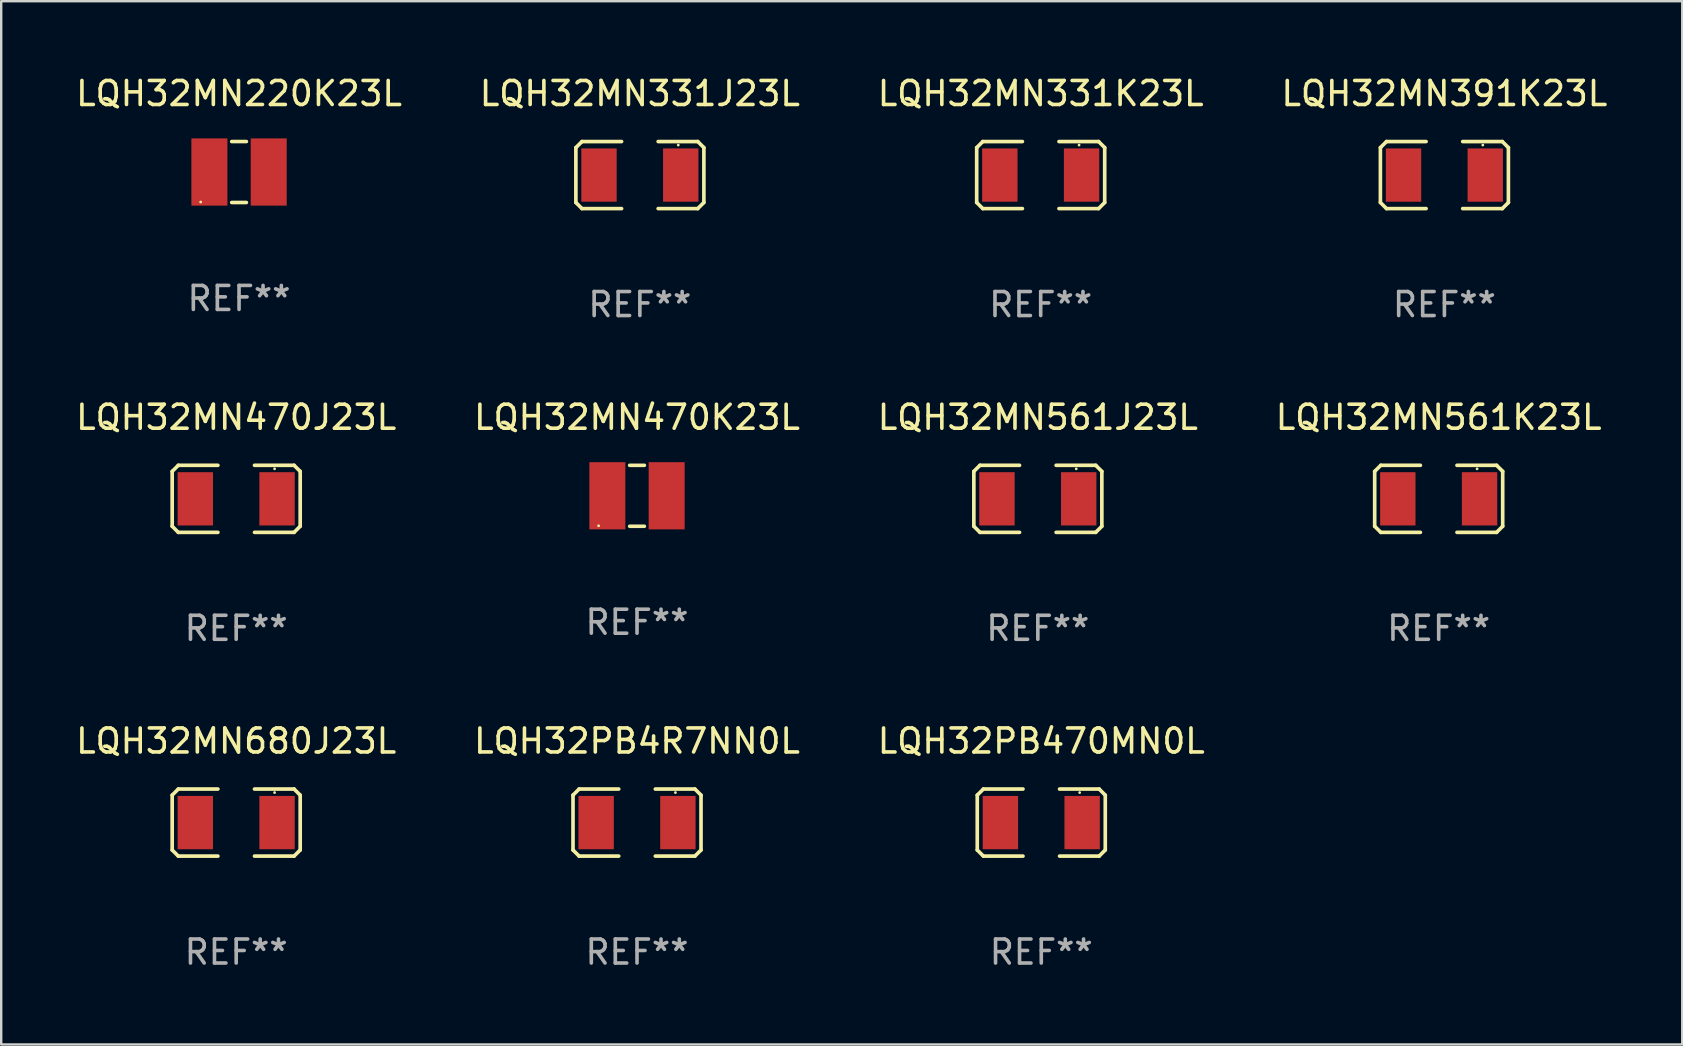
<source format=kicad_pcb>
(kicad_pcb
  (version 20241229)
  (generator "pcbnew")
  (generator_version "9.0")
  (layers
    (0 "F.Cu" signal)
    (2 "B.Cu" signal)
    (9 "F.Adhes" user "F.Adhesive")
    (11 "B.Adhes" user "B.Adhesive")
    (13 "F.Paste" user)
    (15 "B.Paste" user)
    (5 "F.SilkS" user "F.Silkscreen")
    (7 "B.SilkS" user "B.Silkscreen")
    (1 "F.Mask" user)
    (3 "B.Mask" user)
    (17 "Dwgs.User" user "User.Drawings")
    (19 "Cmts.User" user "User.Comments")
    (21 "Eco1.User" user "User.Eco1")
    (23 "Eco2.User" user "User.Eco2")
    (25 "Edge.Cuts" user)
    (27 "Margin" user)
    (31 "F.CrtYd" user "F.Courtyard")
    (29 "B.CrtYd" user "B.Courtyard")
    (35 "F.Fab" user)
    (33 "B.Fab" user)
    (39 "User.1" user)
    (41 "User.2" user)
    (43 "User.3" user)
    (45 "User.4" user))
  (footprint "LQH32MN391K23L"
    (layer "F.Cu")
    (at 57.137 4.245)
    (property "Reference" "LQH32MN391K23L" (at 0 -3.397 0) (layer "F.SilkS") (effects (font (size 1 1) (thickness 0.15))))
    (attr through_hole)
    (fp_line (start -2.667 -1.143) (end -2.413 -1.397) (stroke (width 0.152) (type solid)) (layer "F.SilkS"))
    (fp_line (start -2.667 1.143) (end -2.667 -1.143) (stroke (width 0.152) (type solid)) (layer "F.SilkS"))
    (fp_line (start -2.413 -1.397) (end -0.762 -1.397) (stroke (width 0.152) (type solid)) (layer "F.SilkS"))
    (fp_line (start -2.413 1.397) (end -2.667 1.143) (stroke (width 0.152) (type solid)) (layer "F.SilkS"))
    (fp_line (start -0.762 1.397) (end -2.413 1.397) (stroke (width 0.152) (type solid)) (layer "F.SilkS"))
    (fp_line (start 0.762 -1.397) (end 2.413 -1.397) (stroke (width 0.152) (type solid)) (layer "F.SilkS"))
    (fp_line (start 2.413 -1.397) (end 2.667 -1.143) (stroke (width 0.152) (type solid)) (layer "F.SilkS"))
    (fp_line (start 2.413 1.397) (end 0.762 1.397) (stroke (width 0.152) (type solid)) (layer "F.SilkS"))
    (fp_line (start 2.667 -1.143) (end 2.667 1.143) (stroke (width 0.152) (type solid)) (layer "F.SilkS"))
    (fp_line (start 2.667 1.143) (end 2.413 1.397) (stroke (width 0.152) (type solid)) (layer "F.SilkS"))
    (fp_circle (center 1.6 -1.25) (end 1.63 -1.25) (stroke (width 0.06) (type solid)) (fill no) (layer "F.SilkS"))
    (fp_text user "REF**" (at 0 5.397 0) (layer "F.Fab") (effects (font (size 1 1) (thickness 0.15))))
    (pad "1" smd rect (at 1.703 0) (size 1.474 2.22) (layers "F.Cu" "F.Mask" "F.Paste"))
    (pad "2" smd rect (at -1.703 0) (size 1.474 2.22) (layers "F.Cu" "F.Mask" "F.Paste")))
  (footprint "LQH32MN561J23L"
    (layer "F.Cu")
    (at 40.196 17.736)
    (property "Reference" "LQH32MN561J23L" (at 0 -3.397 0) (layer "F.SilkS") (effects (font (size 1 1) (thickness 0.15))))
    (attr through_hole)
    (fp_line (start -2.667 -1.143) (end -2.413 -1.397) (stroke (width 0.152) (type solid)) (layer "F.SilkS"))
    (fp_line (start -2.667 1.143) (end -2.667 -1.143) (stroke (width 0.152) (type solid)) (layer "F.SilkS"))
    (fp_line (start -2.413 -1.397) (end -0.762 -1.397) (stroke (width 0.152) (type solid)) (layer "F.SilkS"))
    (fp_line (start -2.413 1.397) (end -2.667 1.143) (stroke (width 0.152) (type solid)) (layer "F.SilkS"))
    (fp_line (start -0.762 1.397) (end -2.413 1.397) (stroke (width 0.152) (type solid)) (layer "F.SilkS"))
    (fp_line (start 0.762 -1.397) (end 2.413 -1.397) (stroke (width 0.152) (type solid)) (layer "F.SilkS"))
    (fp_line (start 2.413 -1.397) (end 2.667 -1.143) (stroke (width 0.152) (type solid)) (layer "F.SilkS"))
    (fp_line (start 2.413 1.397) (end 0.762 1.397) (stroke (width 0.152) (type solid)) (layer "F.SilkS"))
    (fp_line (start 2.667 -1.143) (end 2.667 1.143) (stroke (width 0.152) (type solid)) (layer "F.SilkS"))
    (fp_line (start 2.667 1.143) (end 2.413 1.397) (stroke (width 0.152) (type solid)) (layer "F.SilkS"))
    (fp_circle (center 1.6 -1.25) (end 1.63 -1.25) (stroke (width 0.06) (type solid)) (fill no) (layer "F.SilkS"))
    (fp_text user "REF**" (at 0 5.397 0) (layer "F.Fab") (effects (font (size 1 1) (thickness 0.15))))
    (pad "1" smd rect (at 1.703 0) (size 1.474 2.22) (layers "F.Cu" "F.Mask" "F.Paste"))
    (pad "2" smd rect (at -1.703 0) (size 1.474 2.22) (layers "F.Cu" "F.Mask" "F.Paste")))
  (footprint "LQH32MN331J23L"
    (layer "F.Cu")
    (at 23.613 4.245)
    (property "Reference" "LQH32MN331J23L" (at 0 -3.397 0) (layer "F.SilkS") (effects (font (size 1 1) (thickness 0.15))))
    (attr through_hole)
    (fp_line (start -2.667 -1.143) (end -2.413 -1.397) (stroke (width 0.152) (type solid)) (layer "F.SilkS"))
    (fp_line (start -2.667 1.143) (end -2.667 -1.143) (stroke (width 0.152) (type solid)) (layer "F.SilkS"))
    (fp_line (start -2.413 -1.397) (end -0.762 -1.397) (stroke (width 0.152) (type solid)) (layer "F.SilkS"))
    (fp_line (start -2.413 1.397) (end -2.667 1.143) (stroke (width 0.152) (type solid)) (layer "F.SilkS"))
    (fp_line (start -0.762 1.397) (end -2.413 1.397) (stroke (width 0.152) (type solid)) (layer "F.SilkS"))
    (fp_line (start 0.762 -1.397) (end 2.413 -1.397) (stroke (width 0.152) (type solid)) (layer "F.SilkS"))
    (fp_line (start 2.413 -1.397) (end 2.667 -1.143) (stroke (width 0.152) (type solid)) (layer "F.SilkS"))
    (fp_line (start 2.413 1.397) (end 0.762 1.397) (stroke (width 0.152) (type solid)) (layer "F.SilkS"))
    (fp_line (start 2.667 -1.143) (end 2.667 1.143) (stroke (width 0.152) (type solid)) (layer "F.SilkS"))
    (fp_line (start 2.667 1.143) (end 2.413 1.397) (stroke (width 0.152) (type solid)) (layer "F.SilkS"))
    (fp_circle (center 1.6 -1.25) (end 1.63 -1.25) (stroke (width 0.06) (type solid)) (fill no) (layer "F.SilkS"))
    (fp_text user "REF**" (at 0 5.397 0) (layer "F.Fab") (effects (font (size 1 1) (thickness 0.15))))
    (pad "1" smd rect (at 1.703 0) (size 1.474 2.22) (layers "F.Cu" "F.Mask" "F.Paste"))
    (pad "2" smd rect (at -1.703 0) (size 1.474 2.22) (layers "F.Cu" "F.Mask" "F.Paste")))
  (footprint "LQH32MN470K23L"
    (layer "F.Cu")
    (at 23.494 17.609)
    (property "Reference" "LQH32MN470K23L" (at 0 -3.27 0) (layer "F.SilkS") (effects (font (size 1 1) (thickness 0.15))))
    (attr through_hole)
    (fp_line (start -0.307 -1.27) (end 0.307 -1.27) (stroke (width 0.15) (type solid)) (layer "F.SilkS"))
    (fp_line (start -0.307 1.27) (end 0.307 1.27) (stroke (width 0.15) (type solid)) (layer "F.SilkS"))
    (fp_circle (center -1.6 1.25) (end -1.57 1.25) (stroke (width 0.06) (type solid)) (fill no) (layer "F.SilkS"))
    (fp_text user "REF**" (at 0 5.27 0) (layer "F.Fab") (effects (font (size 1 1) (thickness 0.15))))
    (pad "1" smd rect (at -1.236 0) (size 1.5 2.8) (layers "F.Cu" "F.Mask" "F.Paste"))
    (pad "2" smd rect (at 1.236 0) (size 1.5 2.8) (layers "F.Cu" "F.Mask" "F.Paste")))
  (footprint "LQH32PB4R7NN0L"
    (layer "F.Cu")
    (at 23.494 31.226)
    (property "Reference" "LQH32PB4R7NN0L" (at 0 -3.397 0) (layer "F.SilkS") (effects (font (size 1 1) (thickness 0.15))))
    (attr through_hole)
    (fp_line (start -2.667 -1.143) (end -2.413 -1.397) (stroke (width 0.152) (type solid)) (layer "F.SilkS"))
    (fp_line (start -2.667 1.143) (end -2.667 -1.143) (stroke (width 0.152) (type solid)) (layer "F.SilkS"))
    (fp_line (start -2.413 -1.397) (end -0.762 -1.397) (stroke (width 0.152) (type solid)) (layer "F.SilkS"))
    (fp_line (start -2.413 1.397) (end -2.667 1.143) (stroke (width 0.152) (type solid)) (layer "F.SilkS"))
    (fp_line (start -0.762 1.397) (end -2.413 1.397) (stroke (width 0.152) (type solid)) (layer "F.SilkS"))
    (fp_line (start 0.762 -1.397) (end 2.413 -1.397) (stroke (width 0.152) (type solid)) (layer "F.SilkS"))
    (fp_line (start 2.413 -1.397) (end 2.667 -1.143) (stroke (width 0.152) (type solid)) (layer "F.SilkS"))
    (fp_line (start 2.413 1.397) (end 0.762 1.397) (stroke (width 0.152) (type solid)) (layer "F.SilkS"))
    (fp_line (start 2.667 -1.143) (end 2.667 1.143) (stroke (width 0.152) (type solid)) (layer "F.SilkS"))
    (fp_line (start 2.667 1.143) (end 2.413 1.397) (stroke (width 0.152) (type solid)) (layer "F.SilkS"))
    (fp_circle (center 1.6 -1.25) (end 1.63 -1.25) (stroke (width 0.06) (type solid)) (fill no) (layer "F.SilkS"))
    (fp_text user "REF**" (at 0 5.397 0) (layer "F.Fab") (effects (font (size 1 1) (thickness 0.15))))
    (pad "1" smd rect (at 1.703 0) (size 1.474 2.22) (layers "F.Cu" "F.Mask" "F.Paste"))
    (pad "2" smd rect (at -1.703 0) (size 1.474 2.22) (layers "F.Cu" "F.Mask" "F.Paste")))
  (footprint "LQH32MN220K23L"
    (layer "F.Cu")
    (at 6.911 4.118)
    (property "Reference" "LQH32MN220K23L" (at 0 -3.27 0) (layer "F.SilkS") (effects (font (size 1 1) (thickness 0.15))))
    (attr through_hole)
    (fp_line (start -0.307 -1.27) (end 0.307 -1.27) (stroke (width 0.15) (type solid)) (layer "F.SilkS"))
    (fp_line (start -0.307 1.27) (end 0.307 1.27) (stroke (width 0.15) (type solid)) (layer "F.SilkS"))
    (fp_circle (center -1.6 1.25) (end -1.57 1.25) (stroke (width 0.06) (type solid)) (fill no) (layer "F.SilkS"))
    (fp_text user "REF**" (at 0 5.27 0) (layer "F.Fab") (effects (font (size 1 1) (thickness 0.15))))
    (pad "1" smd rect (at -1.236 0) (size 1.5 2.8) (layers "F.Cu" "F.Mask" "F.Paste"))
    (pad "2" smd rect (at 1.236 0) (size 1.5 2.8) (layers "F.Cu" "F.Mask" "F.Paste")))
  (footprint "LQH32MN331K23L"
    (layer "F.Cu")
    (at 40.315 4.245)
    (property "Reference" "LQH32MN331K23L" (at 0 -3.397 0) (layer "F.SilkS") (effects (font (size 1 1) (thickness 0.15))))
    (attr through_hole)
    (fp_line (start -2.667 -1.143) (end -2.413 -1.397) (stroke (width 0.152) (type solid)) (layer "F.SilkS"))
    (fp_line (start -2.667 1.143) (end -2.667 -1.143) (stroke (width 0.152) (type solid)) (layer "F.SilkS"))
    (fp_line (start -2.413 -1.397) (end -0.762 -1.397) (stroke (width 0.152) (type solid)) (layer "F.SilkS"))
    (fp_line (start -2.413 1.397) (end -2.667 1.143) (stroke (width 0.152) (type solid)) (layer "F.SilkS"))
    (fp_line (start -0.762 1.397) (end -2.413 1.397) (stroke (width 0.152) (type solid)) (layer "F.SilkS"))
    (fp_line (start 0.762 -1.397) (end 2.413 -1.397) (stroke (width 0.152) (type solid)) (layer "F.SilkS"))
    (fp_line (start 2.413 -1.397) (end 2.667 -1.143) (stroke (width 0.152) (type solid)) (layer "F.SilkS"))
    (fp_line (start 2.413 1.397) (end 0.762 1.397) (stroke (width 0.152) (type solid)) (layer "F.SilkS"))
    (fp_line (start 2.667 -1.143) (end 2.667 1.143) (stroke (width 0.152) (type solid)) (layer "F.SilkS"))
    (fp_line (start 2.667 1.143) (end 2.413 1.397) (stroke (width 0.152) (type solid)) (layer "F.SilkS"))
    (fp_circle (center 1.6 -1.25) (end 1.63 -1.25) (stroke (width 0.06) (type solid)) (fill no) (layer "F.SilkS"))
    (fp_text user "REF**" (at 0 5.397 0) (layer "F.Fab") (effects (font (size 1 1) (thickness 0.15))))
    (pad "1" smd rect (at 1.703 0) (size 1.474 2.22) (layers "F.Cu" "F.Mask" "F.Paste"))
    (pad "2" smd rect (at -1.703 0) (size 1.474 2.22) (layers "F.Cu" "F.Mask" "F.Paste")))
  (footprint "LQH32MN680J23L"
    (layer "F.Cu")
    (at 6.792 31.226)
    (property "Reference" "LQH32MN680J23L" (at 0 -3.397 0) (layer "F.SilkS") (effects (font (size 1 1) (thickness 0.15))))
    (attr through_hole)
    (fp_line (start -2.667 -1.143) (end -2.413 -1.397) (stroke (width 0.152) (type solid)) (layer "F.SilkS"))
    (fp_line (start -2.667 1.143) (end -2.667 -1.143) (stroke (width 0.152) (type solid)) (layer "F.SilkS"))
    (fp_line (start -2.413 -1.397) (end -0.762 -1.397) (stroke (width 0.152) (type solid)) (layer "F.SilkS"))
    (fp_line (start -2.413 1.397) (end -2.667 1.143) (stroke (width 0.152) (type solid)) (layer "F.SilkS"))
    (fp_line (start -0.762 1.397) (end -2.413 1.397) (stroke (width 0.152) (type solid)) (layer "F.SilkS"))
    (fp_line (start 0.762 -1.397) (end 2.413 -1.397) (stroke (width 0.152) (type solid)) (layer "F.SilkS"))
    (fp_line (start 2.413 -1.397) (end 2.667 -1.143) (stroke (width 0.152) (type solid)) (layer "F.SilkS"))
    (fp_line (start 2.413 1.397) (end 0.762 1.397) (stroke (width 0.152) (type solid)) (layer "F.SilkS"))
    (fp_line (start 2.667 -1.143) (end 2.667 1.143) (stroke (width 0.152) (type solid)) (layer "F.SilkS"))
    (fp_line (start 2.667 1.143) (end 2.413 1.397) (stroke (width 0.152) (type solid)) (layer "F.SilkS"))
    (fp_circle (center 1.6 -1.25) (end 1.63 -1.25) (stroke (width 0.06) (type solid)) (fill no) (layer "F.SilkS"))
    (fp_text user "REF**" (at 0 5.397 0) (layer "F.Fab") (effects (font (size 1 1) (thickness 0.15))))
    (pad "1" smd rect (at 1.703 0) (size 1.474 2.22) (layers "F.Cu" "F.Mask" "F.Paste"))
    (pad "2" smd rect (at -1.703 0) (size 1.474 2.22) (layers "F.Cu" "F.Mask" "F.Paste")))
  (footprint "LQH32MN470J23L"
    (layer "F.Cu")
    (at 6.792 17.736)
    (property "Reference" "LQH32MN470J23L" (at 0 -3.397 0) (layer "F.SilkS") (effects (font (size 1 1) (thickness 0.15))))
    (attr through_hole)
    (fp_line (start -2.667 -1.143) (end -2.413 -1.397) (stroke (width 0.152) (type solid)) (layer "F.SilkS"))
    (fp_line (start -2.667 1.143) (end -2.667 -1.143) (stroke (width 0.152) (type solid)) (layer "F.SilkS"))
    (fp_line (start -2.413 -1.397) (end -0.762 -1.397) (stroke (width 0.152) (type solid)) (layer "F.SilkS"))
    (fp_line (start -2.413 1.397) (end -2.667 1.143) (stroke (width 0.152) (type solid)) (layer "F.SilkS"))
    (fp_line (start -0.762 1.397) (end -2.413 1.397) (stroke (width 0.152) (type solid)) (layer "F.SilkS"))
    (fp_line (start 0.762 -1.397) (end 2.413 -1.397) (stroke (width 0.152) (type solid)) (layer "F.SilkS"))
    (fp_line (start 2.413 -1.397) (end 2.667 -1.143) (stroke (width 0.152) (type solid)) (layer "F.SilkS"))
    (fp_line (start 2.413 1.397) (end 0.762 1.397) (stroke (width 0.152) (type solid)) (layer "F.SilkS"))
    (fp_line (start 2.667 -1.143) (end 2.667 1.143) (stroke (width 0.152) (type solid)) (layer "F.SilkS"))
    (fp_line (start 2.667 1.143) (end 2.413 1.397) (stroke (width 0.152) (type solid)) (layer "F.SilkS"))
    (fp_circle (center 1.6 -1.25) (end 1.63 -1.25) (stroke (width 0.06) (type solid)) (fill no) (layer "F.SilkS"))
    (fp_text user "REF**" (at 0 5.397 0) (layer "F.Fab") (effects (font (size 1 1) (thickness 0.15))))
    (pad "1" smd rect (at 1.703 0) (size 1.474 2.22) (layers "F.Cu" "F.Mask" "F.Paste"))
    (pad "2" smd rect (at -1.703 0) (size 1.474 2.22) (layers "F.Cu" "F.Mask" "F.Paste")))
  (footprint "LQH32MN561K23L"
    (layer "F.Cu")
    (at 56.899 17.736)
    (property "Reference" "LQH32MN561K23L" (at 0 -3.397 0) (layer "F.SilkS") (effects (font (size 1 1) (thickness 0.15))))
    (attr through_hole)
    (fp_line (start -2.667 -1.143) (end -2.413 -1.397) (stroke (width 0.152) (type solid)) (layer "F.SilkS"))
    (fp_line (start -2.667 1.143) (end -2.667 -1.143) (stroke (width 0.152) (type solid)) (layer "F.SilkS"))
    (fp_line (start -2.413 -1.397) (end -0.762 -1.397) (stroke (width 0.152) (type solid)) (layer "F.SilkS"))
    (fp_line (start -2.413 1.397) (end -2.667 1.143) (stroke (width 0.152) (type solid)) (layer "F.SilkS"))
    (fp_line (start -0.762 1.397) (end -2.413 1.397) (stroke (width 0.152) (type solid)) (layer "F.SilkS"))
    (fp_line (start 0.762 -1.397) (end 2.413 -1.397) (stroke (width 0.152) (type solid)) (layer "F.SilkS"))
    (fp_line (start 2.413 -1.397) (end 2.667 -1.143) (stroke (width 0.152) (type solid)) (layer "F.SilkS"))
    (fp_line (start 2.413 1.397) (end 0.762 1.397) (stroke (width 0.152) (type solid)) (layer "F.SilkS"))
    (fp_line (start 2.667 -1.143) (end 2.667 1.143) (stroke (width 0.152) (type solid)) (layer "F.SilkS"))
    (fp_line (start 2.667 1.143) (end 2.413 1.397) (stroke (width 0.152) (type solid)) (layer "F.SilkS"))
    (fp_circle (center 1.6 -1.25) (end 1.63 -1.25) (stroke (width 0.06) (type solid)) (fill no) (layer "F.SilkS"))
    (fp_text user "REF**" (at 0 5.397 0) (layer "F.Fab") (effects (font (size 1 1) (thickness 0.15))))
    (pad "1" smd rect (at 1.703 0) (size 1.474 2.22) (layers "F.Cu" "F.Mask" "F.Paste"))
    (pad "2" smd rect (at -1.703 0) (size 1.474 2.22) (layers "F.Cu" "F.Mask" "F.Paste")))
  (footprint "LQH32PB470MN0L"
    (layer "F.Cu")
    (at 40.339 31.226)
    (property "Reference" "LQH32PB470MN0L" (at 0 -3.397 0) (layer "F.SilkS") (effects (font (size 1 1) (thickness 0.15))))
    (attr through_hole)
    (fp_line (start -2.667 -1.143) (end -2.413 -1.397) (stroke (width 0.152) (type solid)) (layer "F.SilkS"))
    (fp_line (start -2.667 1.143) (end -2.667 -1.143) (stroke (width 0.152) (type solid)) (layer "F.SilkS"))
    (fp_line (start -2.413 -1.397) (end -0.762 -1.397) (stroke (width 0.152) (type solid)) (layer "F.SilkS"))
    (fp_line (start -2.413 1.397) (end -2.667 1.143) (stroke (width 0.152) (type solid)) (layer "F.SilkS"))
    (fp_line (start -0.762 1.397) (end -2.413 1.397) (stroke (width 0.152) (type solid)) (layer "F.SilkS"))
    (fp_line (start 0.762 -1.397) (end 2.413 -1.397) (stroke (width 0.152) (type solid)) (layer "F.SilkS"))
    (fp_line (start 2.413 -1.397) (end 2.667 -1.143) (stroke (width 0.152) (type solid)) (layer "F.SilkS"))
    (fp_line (start 2.413 1.397) (end 0.762 1.397) (stroke (width 0.152) (type solid)) (layer "F.SilkS"))
    (fp_line (start 2.667 -1.143) (end 2.667 1.143) (stroke (width 0.152) (type solid)) (layer "F.SilkS"))
    (fp_line (start 2.667 1.143) (end 2.413 1.397) (stroke (width 0.152) (type solid)) (layer "F.SilkS"))
    (fp_circle (center 1.6 -1.25) (end 1.63 -1.25) (stroke (width 0.06) (type solid)) (fill no) (layer "F.SilkS"))
    (fp_text user "REF**" (at 0 5.397 0) (layer "F.Fab") (effects (font (size 1 1) (thickness 0.15))))
    (pad "1" smd rect (at 1.703 0) (size 1.474 2.22) (layers "F.Cu" "F.Mask" "F.Paste"))
    (pad "2" smd rect (at -1.703 0) (size 1.474 2.22) (layers "F.Cu" "F.Mask" "F.Paste")))
  (gr_rect
    (start -3 -3)
    (end 67.048 40.472)
    (stroke (width 0.1) (type default))
    (fill no)
    (layer "Edge.Cuts")))
</source>
